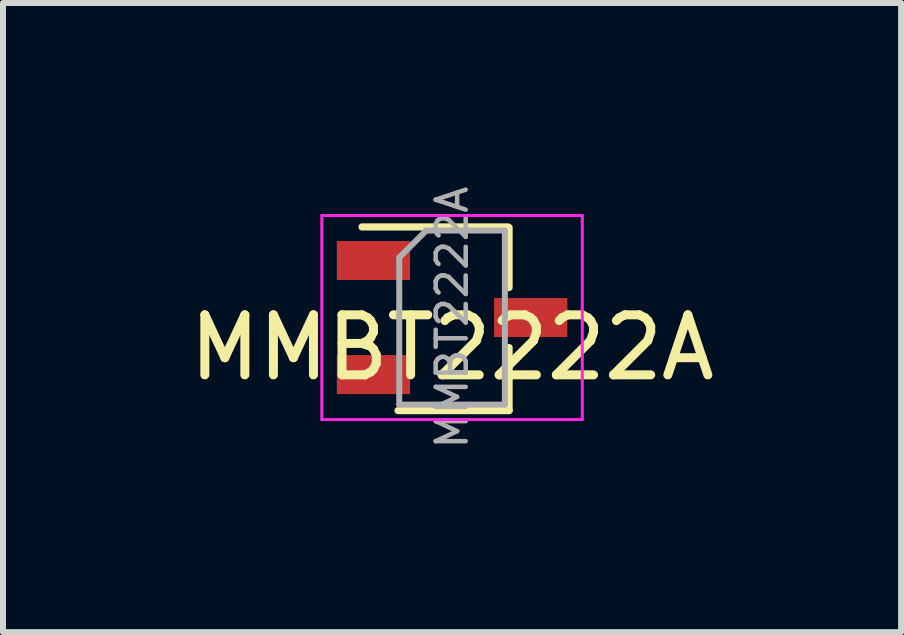
<source format=kicad_pcb>
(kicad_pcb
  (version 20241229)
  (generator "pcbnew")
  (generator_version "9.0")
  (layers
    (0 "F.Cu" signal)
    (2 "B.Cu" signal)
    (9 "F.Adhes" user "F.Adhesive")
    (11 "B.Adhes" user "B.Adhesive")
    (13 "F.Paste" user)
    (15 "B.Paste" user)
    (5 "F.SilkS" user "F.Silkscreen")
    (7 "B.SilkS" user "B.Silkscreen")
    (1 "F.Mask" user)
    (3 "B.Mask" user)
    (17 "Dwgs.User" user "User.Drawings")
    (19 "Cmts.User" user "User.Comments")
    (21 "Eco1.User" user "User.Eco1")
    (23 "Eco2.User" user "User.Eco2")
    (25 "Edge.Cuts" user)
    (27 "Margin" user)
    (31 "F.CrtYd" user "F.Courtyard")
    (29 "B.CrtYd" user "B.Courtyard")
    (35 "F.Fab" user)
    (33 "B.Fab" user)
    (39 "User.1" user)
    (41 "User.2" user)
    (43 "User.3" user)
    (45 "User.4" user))
  (footprint "MMBT2222A"
    (layer "F.Cu")
    (at 4.482 2.241)
    (property "Reference" "MMBT2222A" (at 0 0.5 0) (layer "F.SilkS") (effects (font (size 1 1) (thickness 0.15))))
    (attr through_hole)
    (fp_line (start 0.93 -1.51) (end -1.5 -1.51) (stroke (width 0.12) (type solid)) (layer "F.SilkS"))
    (fp_line (start 0.95 -1.5) (end 0.95 -0.5) (stroke (width 0.12) (type solid)) (layer "F.SilkS"))
    (fp_line (start 0.95 0.5) (end 0.95 1.55) (stroke (width 0.12) (type solid)) (layer "F.SilkS"))
    (fp_line (start 0.95 1.55) (end -0.9 1.55) (stroke (width 0.12) (type solid)) (layer "F.SilkS"))
    (fp_line (start -2.17 -1.7) (end -2.17 1.7) (stroke (width 0.05) (type solid)) (layer "F.CrtYd"))
    (fp_line (start -2.17 -1.7) (end 2.17 -1.7) (stroke (width 0.05) (type solid)) (layer "F.CrtYd"))
    (fp_line (start 2.17 1.7) (end -2.17 1.7) (stroke (width 0.05) (type solid)) (layer "F.CrtYd"))
    (fp_line (start 2.17 1.7) (end 2.17 -1.7) (stroke (width 0.05) (type solid)) (layer "F.CrtYd"))
    (fp_line (start -0.88 -1) (end -0.88 1.45) (stroke (width 0.1) (type solid)) (layer "F.Fab"))
    (fp_line (start -0.88 -1) (end -0.43 -1.45) (stroke (width 0.1) (type solid)) (layer "F.Fab"))
    (fp_line (start 0.88 -1.45) (end -0.43 -1.45) (stroke (width 0.1) (type solid)) (layer "F.Fab"))
    (fp_line (start 0.88 -1.45) (end 0.88 1.45) (stroke (width 0.1) (type solid)) (layer "F.Fab"))
    (fp_line (start 0.88 1.45) (end -0.88 1.45) (stroke (width 0.1) (type solid)) (layer "F.Fab"))
    (fp_text user "${REFERENCE}" (at 0 0 90) (layer "F.Fab") (effects (font (size 0.5 0.5) (thickness 0.075))))
    (pad "1" smd rect (at -1.31 -0.95) (size 1.22 0.65) (layers "F.Cu" "F.Mask" "F.Paste"))
    (pad "2" smd rect (at -1.31 0.95) (size 1.22 0.65) (layers "F.Cu" "F.Mask" "F.Paste"))
    (pad "3" smd rect (at 1.31 0) (size 1.22 0.65) (layers "F.Cu" "F.Mask" "F.Paste")))
  (gr_rect
    (start -3 -3)
    (end 11.964 7.482)
    (stroke (width 0.1) (type default))
    (fill no)
    (layer "Edge.Cuts")))
</source>
